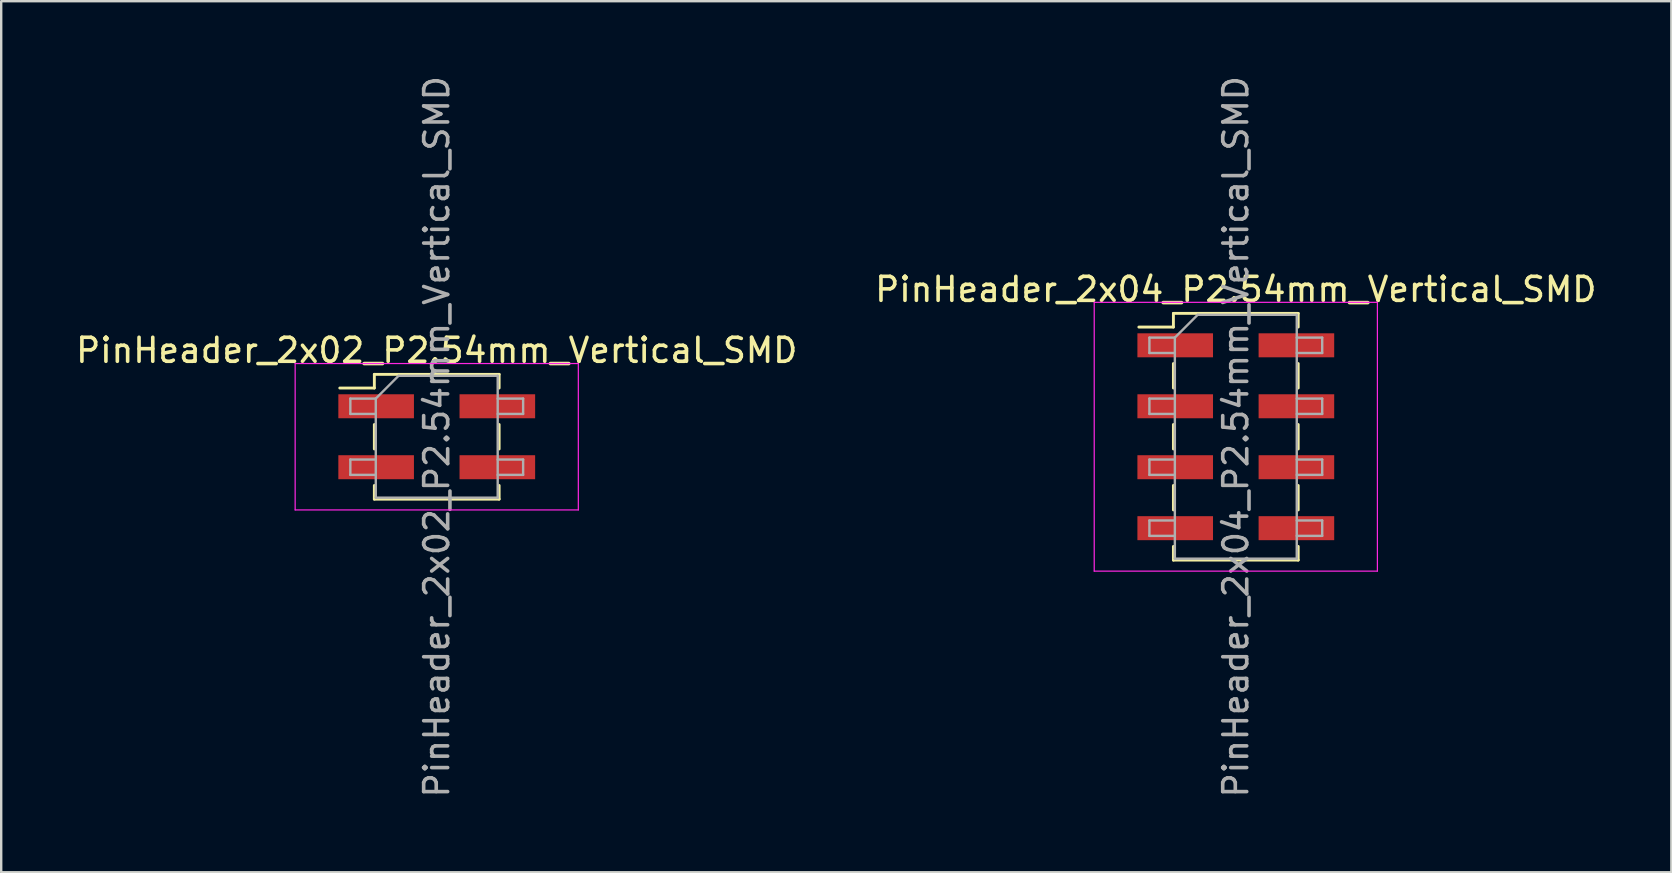
<source format=kicad_pcb>
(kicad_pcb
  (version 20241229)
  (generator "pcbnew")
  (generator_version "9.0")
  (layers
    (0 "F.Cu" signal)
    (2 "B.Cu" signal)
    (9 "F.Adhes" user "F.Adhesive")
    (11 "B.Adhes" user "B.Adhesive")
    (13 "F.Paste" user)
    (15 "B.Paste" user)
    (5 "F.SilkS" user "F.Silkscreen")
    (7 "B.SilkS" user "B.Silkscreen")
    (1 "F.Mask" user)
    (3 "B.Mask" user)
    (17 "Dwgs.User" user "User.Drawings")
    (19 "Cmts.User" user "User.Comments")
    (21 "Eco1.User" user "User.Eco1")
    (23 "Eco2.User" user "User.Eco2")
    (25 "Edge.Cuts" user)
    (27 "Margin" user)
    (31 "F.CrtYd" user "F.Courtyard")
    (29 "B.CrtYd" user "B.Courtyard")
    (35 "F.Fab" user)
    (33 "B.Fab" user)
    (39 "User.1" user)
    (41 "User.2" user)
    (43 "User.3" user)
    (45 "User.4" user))
  (footprint "PinHeader_2x04_P2.54mm_Vertical_SMD"
    (layer "F.Cu")
    (at 48.446 15.149)
    (property "Reference" "PinHeader_2x04_P2.54mm_Vertical_SMD" (at 0 -6.14 0) (layer "F.SilkS") (effects (font (size 1 1) (thickness 0.15))))
    (attr smd)
    (fp_line (start -4.04 -4.57) (end -2.6 -4.57) (stroke (width 0.12) (type solid)) (layer "F.SilkS"))
    (fp_line (start -2.6 -5.14) (end -2.6 -4.57) (stroke (width 0.12) (type solid)) (layer "F.SilkS"))
    (fp_line (start -2.6 -5.14) (end 2.6 -5.14) (stroke (width 0.12) (type solid)) (layer "F.SilkS"))
    (fp_line (start -2.6 -3.05) (end -2.6 -2.03) (stroke (width 0.12) (type solid)) (layer "F.SilkS"))
    (fp_line (start -2.6 -0.51) (end -2.6 0.51) (stroke (width 0.12) (type solid)) (layer "F.SilkS"))
    (fp_line (start -2.6 2.03) (end -2.6 3.05) (stroke (width 0.12) (type solid)) (layer "F.SilkS"))
    (fp_line (start -2.6 4.57) (end -2.6 5.14) (stroke (width 0.12) (type solid)) (layer "F.SilkS"))
    (fp_line (start -2.6 5.14) (end 2.6 5.14) (stroke (width 0.12) (type solid)) (layer "F.SilkS"))
    (fp_line (start 2.6 -5.14) (end 2.6 -4.57) (stroke (width 0.12) (type solid)) (layer "F.SilkS"))
    (fp_line (start 2.6 -3.05) (end 2.6 -2.03) (stroke (width 0.12) (type solid)) (layer "F.SilkS"))
    (fp_line (start 2.6 -0.51) (end 2.6 0.51) (stroke (width 0.12) (type solid)) (layer "F.SilkS"))
    (fp_line (start 2.6 2.03) (end 2.6 3.05) (stroke (width 0.12) (type solid)) (layer "F.SilkS"))
    (fp_line (start 2.6 4.57) (end 2.6 5.14) (stroke (width 0.12) (type solid)) (layer "F.SilkS"))
    (fp_line (start -5.9 -5.6) (end -5.9 5.6) (stroke (width 0.05) (type solid)) (layer "F.CrtYd"))
    (fp_line (start -5.9 5.6) (end 5.9 5.6) (stroke (width 0.05) (type solid)) (layer "F.CrtYd"))
    (fp_line (start 5.9 -5.6) (end -5.9 -5.6) (stroke (width 0.05) (type solid)) (layer "F.CrtYd"))
    (fp_line (start 5.9 5.6) (end 5.9 -5.6) (stroke (width 0.05) (type solid)) (layer "F.CrtYd"))
    (fp_line (start -3.6 -4.13) (end -3.6 -3.49) (stroke (width 0.1) (type solid)) (layer "F.Fab"))
    (fp_line (start -3.6 -3.49) (end -2.54 -3.49) (stroke (width 0.1) (type solid)) (layer "F.Fab"))
    (fp_line (start -3.6 -1.59) (end -3.6 -0.95) (stroke (width 0.1) (type solid)) (layer "F.Fab"))
    (fp_line (start -3.6 -0.95) (end -2.54 -0.95) (stroke (width 0.1) (type solid)) (layer "F.Fab"))
    (fp_line (start -3.6 0.95) (end -3.6 1.59) (stroke (width 0.1) (type solid)) (layer "F.Fab"))
    (fp_line (start -3.6 1.59) (end -2.54 1.59) (stroke (width 0.1) (type solid)) (layer "F.Fab"))
    (fp_line (start -3.6 3.49) (end -3.6 4.13) (stroke (width 0.1) (type solid)) (layer "F.Fab"))
    (fp_line (start -3.6 4.13) (end -2.54 4.13) (stroke (width 0.1) (type solid)) (layer "F.Fab"))
    (fp_line (start -2.54 -4.13) (end -3.6 -4.13) (stroke (width 0.1) (type solid)) (layer "F.Fab"))
    (fp_line (start -2.54 -4.13) (end -1.59 -5.08) (stroke (width 0.1) (type solid)) (layer "F.Fab"))
    (fp_line (start -2.54 -1.59) (end -3.6 -1.59) (stroke (width 0.1) (type solid)) (layer "F.Fab"))
    (fp_line (start -2.54 0.95) (end -3.6 0.95) (stroke (width 0.1) (type solid)) (layer "F.Fab"))
    (fp_line (start -2.54 3.49) (end -3.6 3.49) (stroke (width 0.1) (type solid)) (layer "F.Fab"))
    (fp_line (start -2.54 5.08) (end -2.54 -4.13) (stroke (width 0.1) (type solid)) (layer "F.Fab"))
    (fp_line (start -1.59 -5.08) (end 2.54 -5.08) (stroke (width 0.1) (type solid)) (layer "F.Fab"))
    (fp_line (start 2.54 -5.08) (end 2.54 5.08) (stroke (width 0.1) (type solid)) (layer "F.Fab"))
    (fp_line (start 2.54 -4.13) (end 3.6 -4.13) (stroke (width 0.1) (type solid)) (layer "F.Fab"))
    (fp_line (start 2.54 -1.59) (end 3.6 -1.59) (stroke (width 0.1) (type solid)) (layer "F.Fab"))
    (fp_line (start 2.54 0.95) (end 3.6 0.95) (stroke (width 0.1) (type solid)) (layer "F.Fab"))
    (fp_line (start 2.54 3.49) (end 3.6 3.49) (stroke (width 0.1) (type solid)) (layer "F.Fab"))
    (fp_line (start 2.54 5.08) (end -2.54 5.08) (stroke (width 0.1) (type solid)) (layer "F.Fab"))
    (fp_line (start 3.6 -4.13) (end 3.6 -3.49) (stroke (width 0.1) (type solid)) (layer "F.Fab"))
    (fp_line (start 3.6 -3.49) (end 2.54 -3.49) (stroke (width 0.1) (type solid)) (layer "F.Fab"))
    (fp_line (start 3.6 -1.59) (end 3.6 -0.95) (stroke (width 0.1) (type solid)) (layer "F.Fab"))
    (fp_line (start 3.6 -0.95) (end 2.54 -0.95) (stroke (width 0.1) (type solid)) (layer "F.Fab"))
    (fp_line (start 3.6 0.95) (end 3.6 1.59) (stroke (width 0.1) (type solid)) (layer "F.Fab"))
    (fp_line (start 3.6 1.59) (end 2.54 1.59) (stroke (width 0.1) (type solid)) (layer "F.Fab"))
    (fp_line (start 3.6 3.49) (end 3.6 4.13) (stroke (width 0.1) (type solid)) (layer "F.Fab"))
    (fp_line (start 3.6 4.13) (end 2.54 4.13) (stroke (width 0.1) (type solid)) (layer "F.Fab"))
    (fp_text user "${REFERENCE}" (at 0 0 90) (layer "F.Fab") (effects (font (size 1 1) (thickness 0.15))))
    (pad "1" smd rect (at -2.525 -3.81) (size 3.15 1) (layers "F.Cu" "F.Mask" "F.Paste"))
    (pad "2" smd rect (at 2.525 -3.81) (size 3.15 1) (layers "F.Cu" "F.Mask" "F.Paste"))
    (pad "3" smd rect (at -2.525 -1.27) (size 3.15 1) (layers "F.Cu" "F.Mask" "F.Paste"))
    (pad "4" smd rect (at 2.525 -1.27) (size 3.15 1) (layers "F.Cu" "F.Mask" "F.Paste"))
    (pad "5" smd rect (at -2.525 1.27) (size 3.15 1) (layers "F.Cu" "F.Mask" "F.Paste"))
    (pad "6" smd rect (at 2.525 1.27) (size 3.15 1) (layers "F.Cu" "F.Mask" "F.Paste"))
    (pad "7" smd rect (at -2.525 3.81) (size 3.15 1) (layers "F.Cu" "F.Mask" "F.Paste"))
    (pad "8" smd rect (at 2.525 3.81) (size 3.15 1) (layers "F.Cu" "F.Mask" "F.Paste")))
  (footprint "PinHeader_2x02_P2.54mm_Vertical_SMD"
    (layer "F.Cu")
    (at 15.149 15.149)
    (property "Reference" "PinHeader_2x02_P2.54mm_Vertical_SMD" (at 0 -3.6 0) (layer "F.SilkS") (effects (font (size 1 1) (thickness 0.15))))
    (attr smd)
    (fp_line (start -4.04 -2.03) (end -2.6 -2.03) (stroke (width 0.12) (type solid)) (layer "F.SilkS"))
    (fp_line (start -2.6 -2.6) (end -2.6 -2.03) (stroke (width 0.12) (type solid)) (layer "F.SilkS"))
    (fp_line (start -2.6 -2.6) (end 2.6 -2.6) (stroke (width 0.12) (type solid)) (layer "F.SilkS"))
    (fp_line (start -2.6 -0.51) (end -2.6 0.51) (stroke (width 0.12) (type solid)) (layer "F.SilkS"))
    (fp_line (start -2.6 2.03) (end -2.6 2.6) (stroke (width 0.12) (type solid)) (layer "F.SilkS"))
    (fp_line (start -2.6 2.6) (end 2.6 2.6) (stroke (width 0.12) (type solid)) (layer "F.SilkS"))
    (fp_line (start 2.6 -2.6) (end 2.6 -2.03) (stroke (width 0.12) (type solid)) (layer "F.SilkS"))
    (fp_line (start 2.6 -0.51) (end 2.6 0.51) (stroke (width 0.12) (type solid)) (layer "F.SilkS"))
    (fp_line (start 2.6 2.03) (end 2.6 2.6) (stroke (width 0.12) (type solid)) (layer "F.SilkS"))
    (fp_line (start -5.9 -3.05) (end -5.9 3.05) (stroke (width 0.05) (type solid)) (layer "F.CrtYd"))
    (fp_line (start -5.9 3.05) (end 5.9 3.05) (stroke (width 0.05) (type solid)) (layer "F.CrtYd"))
    (fp_line (start 5.9 -3.05) (end -5.9 -3.05) (stroke (width 0.05) (type solid)) (layer "F.CrtYd"))
    (fp_line (start 5.9 3.05) (end 5.9 -3.05) (stroke (width 0.05) (type solid)) (layer "F.CrtYd"))
    (fp_line (start -3.6 -1.59) (end -3.6 -0.95) (stroke (width 0.1) (type solid)) (layer "F.Fab"))
    (fp_line (start -3.6 -0.95) (end -2.54 -0.95) (stroke (width 0.1) (type solid)) (layer "F.Fab"))
    (fp_line (start -3.6 0.95) (end -3.6 1.59) (stroke (width 0.1) (type solid)) (layer "F.Fab"))
    (fp_line (start -3.6 1.59) (end -2.54 1.59) (stroke (width 0.1) (type solid)) (layer "F.Fab"))
    (fp_line (start -2.54 -1.59) (end -3.6 -1.59) (stroke (width 0.1) (type solid)) (layer "F.Fab"))
    (fp_line (start -2.54 -1.59) (end -1.59 -2.54) (stroke (width 0.1) (type solid)) (layer "F.Fab"))
    (fp_line (start -2.54 0.95) (end -3.6 0.95) (stroke (width 0.1) (type solid)) (layer "F.Fab"))
    (fp_line (start -2.54 2.54) (end -2.54 -1.59) (stroke (width 0.1) (type solid)) (layer "F.Fab"))
    (fp_line (start -1.59 -2.54) (end 2.54 -2.54) (stroke (width 0.1) (type solid)) (layer "F.Fab"))
    (fp_line (start 2.54 -2.54) (end 2.54 2.54) (stroke (width 0.1) (type solid)) (layer "F.Fab"))
    (fp_line (start 2.54 -1.59) (end 3.6 -1.59) (stroke (width 0.1) (type solid)) (layer "F.Fab"))
    (fp_line (start 2.54 0.95) (end 3.6 0.95) (stroke (width 0.1) (type solid)) (layer "F.Fab"))
    (fp_line (start 2.54 2.54) (end -2.54 2.54) (stroke (width 0.1) (type solid)) (layer "F.Fab"))
    (fp_line (start 3.6 -1.59) (end 3.6 -0.95) (stroke (width 0.1) (type solid)) (layer "F.Fab"))
    (fp_line (start 3.6 -0.95) (end 2.54 -0.95) (stroke (width 0.1) (type solid)) (layer "F.Fab"))
    (fp_line (start 3.6 0.95) (end 3.6 1.59) (stroke (width 0.1) (type solid)) (layer "F.Fab"))
    (fp_line (start 3.6 1.59) (end 2.54 1.59) (stroke (width 0.1) (type solid)) (layer "F.Fab"))
    (fp_text user "${REFERENCE}" (at 0 0 90) (layer "F.Fab") (effects (font (size 1 1) (thickness 0.15))))
    (pad "1" smd rect (at -2.525 -1.27) (size 3.15 1) (layers "F.Cu" "F.Mask" "F.Paste"))
    (pad "2" smd rect (at 2.525 -1.27) (size 3.15 1) (layers "F.Cu" "F.Mask" "F.Paste"))
    (pad "3" smd rect (at -2.525 1.27) (size 3.15 1) (layers "F.Cu" "F.Mask" "F.Paste"))
    (pad "4" smd rect (at 2.525 1.27) (size 3.15 1) (layers "F.Cu" "F.Mask" "F.Paste")))
  (gr_rect
    (start -3 -3)
    (end 66.595 33.298)
    (stroke (width 0.1) (type default))
    (fill no)
    (layer "Edge.Cuts")))
</source>
